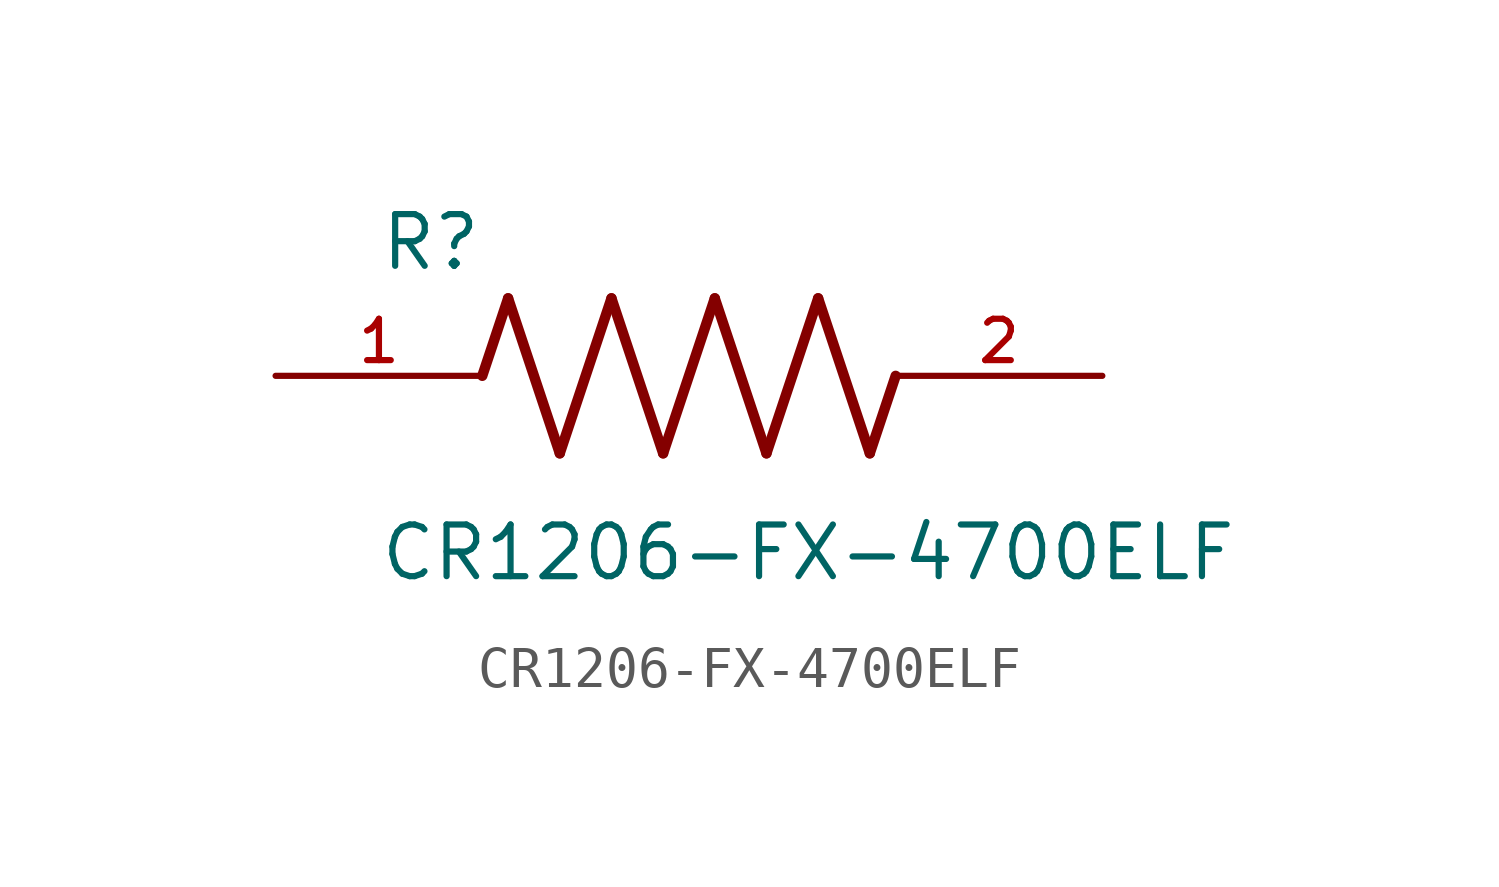
<source format=kicad_sym>
(kicad_symbol_lib
  (version 20211014)
  (generator kicad_symbol_editor)
  (symbol "CR1206-FX-4700ELF"
    (pin_names
      (offset 1.016))
    (property "Reference" "R"
      (at -7.624 2.541 0)
      (effects (font (size 1.27 1.27)) (justify bottom left)))
    (property "Value" "CR1206-FX-4700ELF"
      (at -7.63 -5.087 0)
      (effects (font (size 1.27 1.27)) (justify bottom left)))
    (symbol "CR1206-FX-4700ELF_0_0"
      (polyline (pts (xy -5.08 0.0) (xy -4.445 1.905)) (stroke (width 0.254)))
      (polyline (pts (xy -4.445 1.905) (xy -3.175 -1.905)) (stroke (width 0.254)))
      (polyline (pts (xy -3.175 -1.905) (xy -1.905 1.905)) (stroke (width 0.254)))
      (polyline (pts (xy -1.905 1.905) (xy -0.635 -1.905)) (stroke (width 0.254)))
      (polyline (pts (xy -0.635 -1.905) (xy 0.635 1.905)) (stroke (width 0.254)))
      (polyline (pts (xy 0.635 1.905) (xy 1.905 -1.905)) (stroke (width 0.254)))
      (polyline (pts (xy 1.905 -1.905) (xy 3.175 1.905)) (stroke (width 0.254)))
      (polyline (pts (xy 3.175 1.905) (xy 4.445 -1.905)) (stroke (width 0.254)))
      (polyline (pts (xy 4.445 -1.905) (xy 5.08 0.0)) (stroke (width 0.254)))
      (pin passive line (at -10.16 0.0 0) (length 5.08) (name "~" (effects (font (size 1.016 1.016)))) (number "1" (effects (font (size 1.016 1.016)))))
      (pin passive line (at 10.16 0.0 180.0) (length 5.08) (name "~" (effects (font (size 1.016 1.016)))) (number "2" (effects (font (size 1.016 1.016))))))))
</source>
